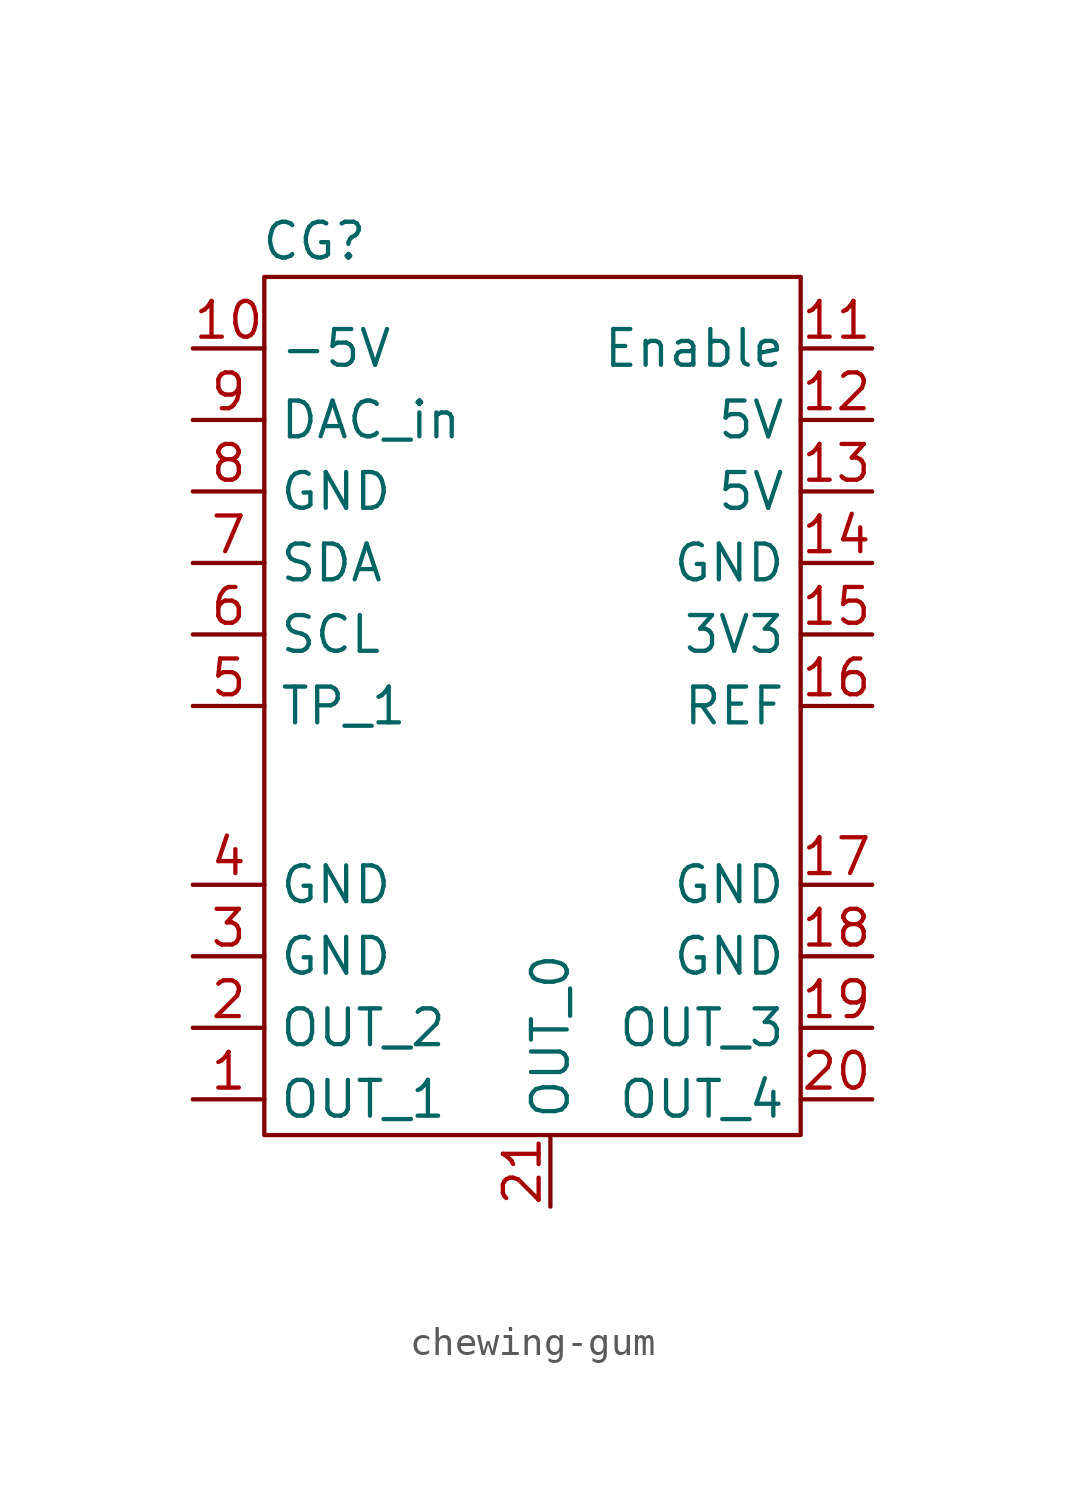
<source format=kicad_sym>
(kicad_symbol_lib
  (version 20241209)
  (generator "kicad_symbol_editor")
  (generator_version "9.0")
  (symbol "chewing-gum"
    (property "Reference" "CG"
      (at 1.778 31.75 0)
      (effects (font (size 1.27 1.27))))
    (property "Value" ""
      (at 0 0 0)
      (effects (font (size 1.27 1.27))))
    (symbol "chewing-gum_0_1"
      (rectangle (start 0 30.48) (end 19.05 0) (stroke (width 0) (type default)) (fill (type none))))
    (symbol "chewing-gum_1_1"
      (pin bidirectional line (at -2.54 27.94 0) (length 2.54) (name "-5V" (effects (font (size 1.27 1.27)))) (number "10" (effects (font (size 1.27 1.27)))))
      (pin input line (at -2.54 25.4 0) (length 2.54) (name "DAC_in" (effects (font (size 1.27 1.27)))) (number "9" (effects (font (size 1.27 1.27)))))
      (pin bidirectional line (at -2.54 22.86 0) (length 2.54) (name "GND" (effects (font (size 1.27 1.27)))) (number "8" (effects (font (size 1.27 1.27)))))
      (pin output line (at -2.54 20.32 0) (length 2.54) (name "SDA" (effects (font (size 1.27 1.27)))) (number "7" (effects (font (size 1.27 1.27)))))
      (pin output line (at -2.54 17.78 0) (length 2.54) (name "SCL" (effects (font (size 1.27 1.27)))) (number "6" (effects (font (size 1.27 1.27)))))
      (pin output line (at -2.54 15.24 0) (length 2.54) (name "TP_1" (effects (font (size 1.27 1.27)))) (number "5" (effects (font (size 1.27 1.27)))))
      (pin bidirectional line (at -2.54 8.89 0) (length 2.54) (name "GND" (effects (font (size 1.27 1.27)))) (number "4" (effects (font (size 1.27 1.27)))))
      (pin bidirectional line (at -2.54 6.35 0) (length 2.54) (name "GND" (effects (font (size 1.27 1.27)))) (number "3" (effects (font (size 1.27 1.27)))))
      (pin output line (at -2.54 3.81 0) (length 2.54) (name "OUT_2" (effects (font (size 1.27 1.27)))) (number "2" (effects (font (size 1.27 1.27)))))
      (pin output line (at -2.54 1.27 0) (length 2.54) (name "OUT_1" (effects (font (size 1.27 1.27)))) (number "1" (effects (font (size 1.27 1.27)))))
      (pin output line (at 10.16 -2.54 90) (length 2.54) (name "OUT_0" (effects (font (size 1.27 1.27)))) (number "21" (effects (font (size 1.27 1.27)))))
      (pin input line (at 21.59 27.94 180) (length 2.54) (name "Enable" (effects (font (size 1.27 1.27)))) (number "11" (effects (font (size 1.27 1.27)))))
      (pin bidirectional line (at 21.59 25.4 180) (length 2.54) (name "5V" (effects (font (size 1.27 1.27)))) (number "12" (effects (font (size 1.27 1.27)))))
      (pin bidirectional line (at 21.59 22.86 180) (length 2.54) (name "5V" (effects (font (size 1.27 1.27)))) (number "13" (effects (font (size 1.27 1.27)))))
      (pin bidirectional line (at 21.59 20.32 180) (length 2.54) (name "GND" (effects (font (size 1.27 1.27)))) (number "14" (effects (font (size 1.27 1.27)))))
      (pin input line (at 21.59 17.78 180) (length 2.54) (name "3V3" (effects (font (size 1.27 1.27)))) (number "15" (effects (font (size 1.27 1.27)))))
      (pin input line (at 21.59 15.24 180) (length 2.54) (name "REF" (effects (font (size 1.27 1.27)))) (number "16" (effects (font (size 1.27 1.27)))))
      (pin bidirectional line (at 21.59 8.89 180) (length 2.54) (name "GND" (effects (font (size 1.27 1.27)))) (number "17" (effects (font (size 1.27 1.27)))))
      (pin bidirectional line (at 21.59 6.35 180) (length 2.54) (name "GND" (effects (font (size 1.27 1.27)))) (number "18" (effects (font (size 1.27 1.27)))))
      (pin output line (at 21.59 3.81 180) (length 2.54) (name "OUT_3" (effects (font (size 1.27 1.27)))) (number "19" (effects (font (size 1.27 1.27)))))
      (pin output line (at 21.59 1.27 180) (length 2.54) (name "OUT_4" (effects (font (size 1.27 1.27)))) (number "20" (effects (font (size 1.27 1.27))))))))
</source>
